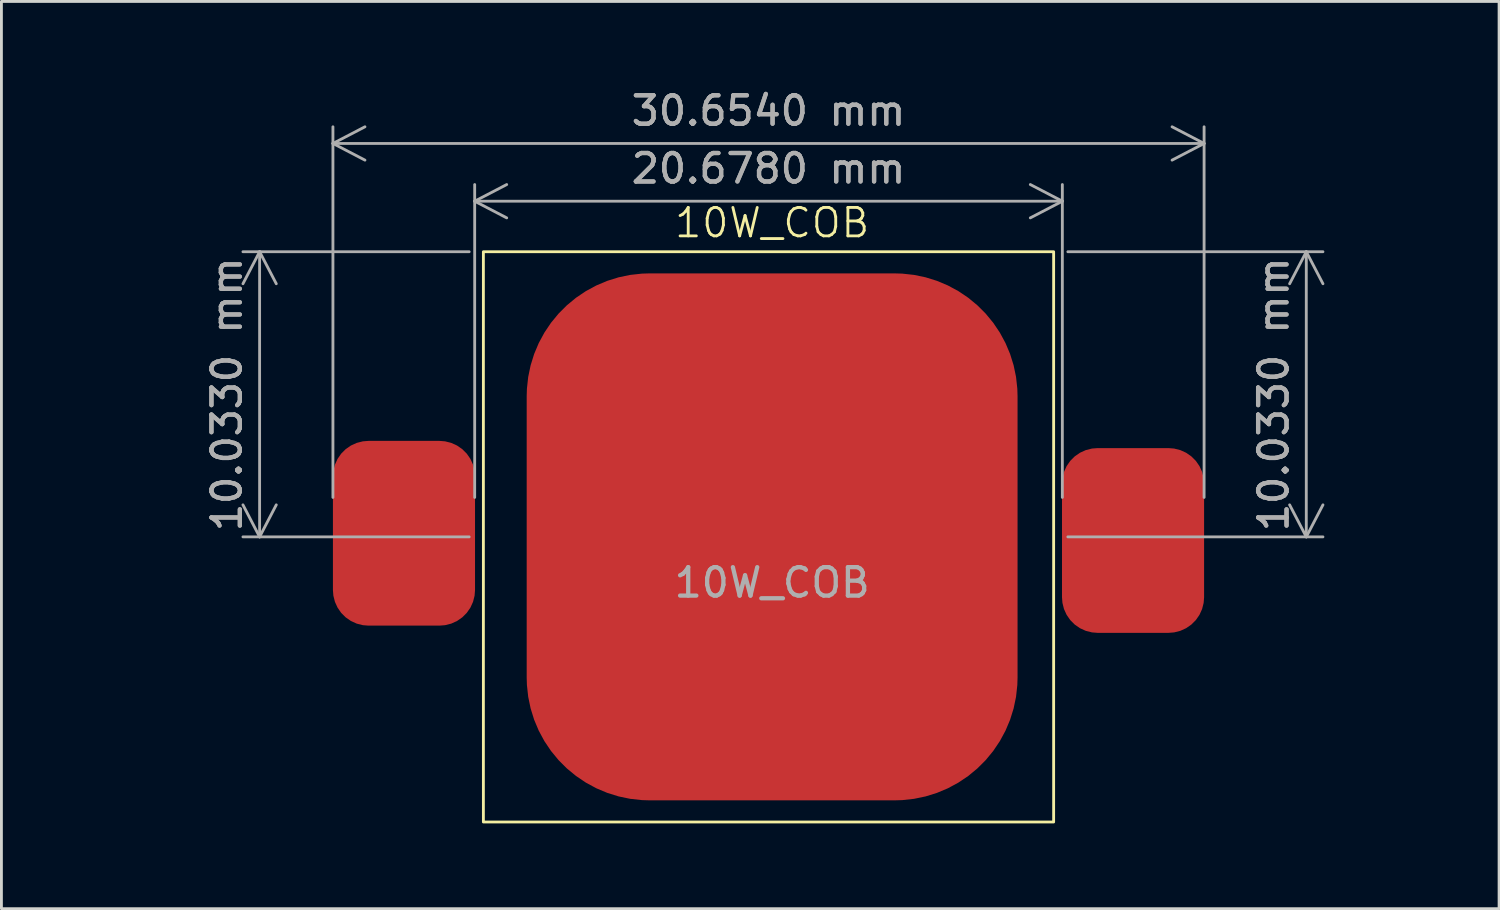
<source format=kicad_pcb>
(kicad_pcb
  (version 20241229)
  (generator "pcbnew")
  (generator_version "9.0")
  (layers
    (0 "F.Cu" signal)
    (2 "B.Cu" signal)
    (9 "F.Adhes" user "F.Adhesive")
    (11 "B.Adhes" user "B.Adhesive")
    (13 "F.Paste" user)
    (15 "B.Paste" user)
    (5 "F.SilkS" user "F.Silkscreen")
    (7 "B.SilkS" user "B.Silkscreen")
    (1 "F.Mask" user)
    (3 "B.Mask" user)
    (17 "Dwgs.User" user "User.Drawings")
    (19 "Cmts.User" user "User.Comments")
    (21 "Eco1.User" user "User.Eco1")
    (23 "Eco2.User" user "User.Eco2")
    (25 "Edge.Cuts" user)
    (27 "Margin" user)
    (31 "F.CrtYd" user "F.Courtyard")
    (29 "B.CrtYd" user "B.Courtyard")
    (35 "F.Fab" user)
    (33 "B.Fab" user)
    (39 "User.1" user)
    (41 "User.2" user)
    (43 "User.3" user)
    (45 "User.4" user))
  (footprint "10W_COB"
    (layer "F.Cu")
    (at 24.119 14.952)
    (property "Reference" "10W_COB" (at 0 -10.16 0) (unlocked yes) (layer "F.SilkS") (effects (font (size 1 1) (thickness 0.1))))
    (attr smd)
    (fp_rect (start -10.16 -9.144) (end 9.906 10.922) (stroke (width 0.1) (type default)) (fill no) (layer "F.SilkS"))
    (fp_text user "${REFERENCE}" (at 0 2.5 0) (unlocked yes) (layer "F.Fab") (effects (font (size 1 1) (thickness 0.15))))
    (dimension (type aligned) (layer "F.Fab") (pts (xy 13.959 5.808) (xy 13.959 15.841)) (height 7.874) (format (prefix "") (suffix "") (units 3) (units_format 1) (precision 4)) (style (thickness 0.1) (arrow_length 1.27) (text_position_mode 0) (arrow_direction outward) (extension_height 0.586) (extension_offset 0.5) (keep_text_aligned yes)) (gr_text "10.0330 mm" (at 4.935 10.825 90) (layer "F.Fab") (effects (font (size 1 1) (thickness 0.15)))))
    (dimension (type aligned) (layer "F.Fab") (pts (xy 34.025 5.808) (xy 34.025 15.841)) (height -8.89) (format (prefix "") (suffix "") (units 3) (units_format 1) (precision 4)) (style (thickness 0.1) (arrow_length 1.27) (text_position_mode 0) (arrow_direction outward) (extension_height 0.586) (extension_offset 0.5) (keep_text_aligned yes)) (gr_text "10.0330 mm" (at 41.765 10.825 90) (layer "F.Fab") (effects (font (size 1 1) (thickness 0.15)))))
    (dimension (type aligned) (layer "F.Fab") (pts (xy 8.665 14.952) (xy 39.319 14.952)) (height -12.954) (format (prefix "") (suffix "") (units 3) (units_format 1) (precision 4)) (style (thickness 0.1) (arrow_length 1.27) (text_position_mode 0) (arrow_direction outward) (extension_height 0.586) (extension_offset 0.5) (keep_text_aligned yes)) (gr_text "30.6540 mm" (at 23.992 0.848 0) (layer "F.Fab") (effects (font (size 1 1) (thickness 0.15)))))
    (dimension (type aligned) (layer "F.Fab") (pts (xy 13.653 14.952) (xy 34.331 14.952)) (height -10.922) (format (prefix "") (suffix "") (units 3) (units_format 1) (precision 4)) (style (thickness 0.1) (arrow_length 1.27) (text_position_mode 0) (arrow_direction outward) (extension_height 0.586) (extension_offset 0.5) (keep_text_aligned yes)) (gr_text "20.6780 mm" (at 23.992 2.88 0) (layer "F.Fab") (effects (font (size 1 1) (thickness 0.15)))))
    (pad "1" smd roundrect (at -12.954 0.762 90) (size 6.5 5) (layers "F.Cu" "F.Mask" "F.Paste") (roundrect_rratio 0.25))
    (pad "2" smd roundrect (at 12.7 1.016 90) (size 6.5 5) (layers "F.Cu" "F.Mask" "F.Paste") (roundrect_rratio 0.25))
    (pad "3" smd roundrect (at 0 0.889) (size 17.272 18.542) (layers "F.Cu" "F.Mask" "F.Paste") (roundrect_rratio 0.25)))
  (gr_rect
    (start -3 -3)
    (end 49.699 28.924)
    (stroke (width 0.1) (type default))
    (fill no)
    (layer "Edge.Cuts")))
</source>
